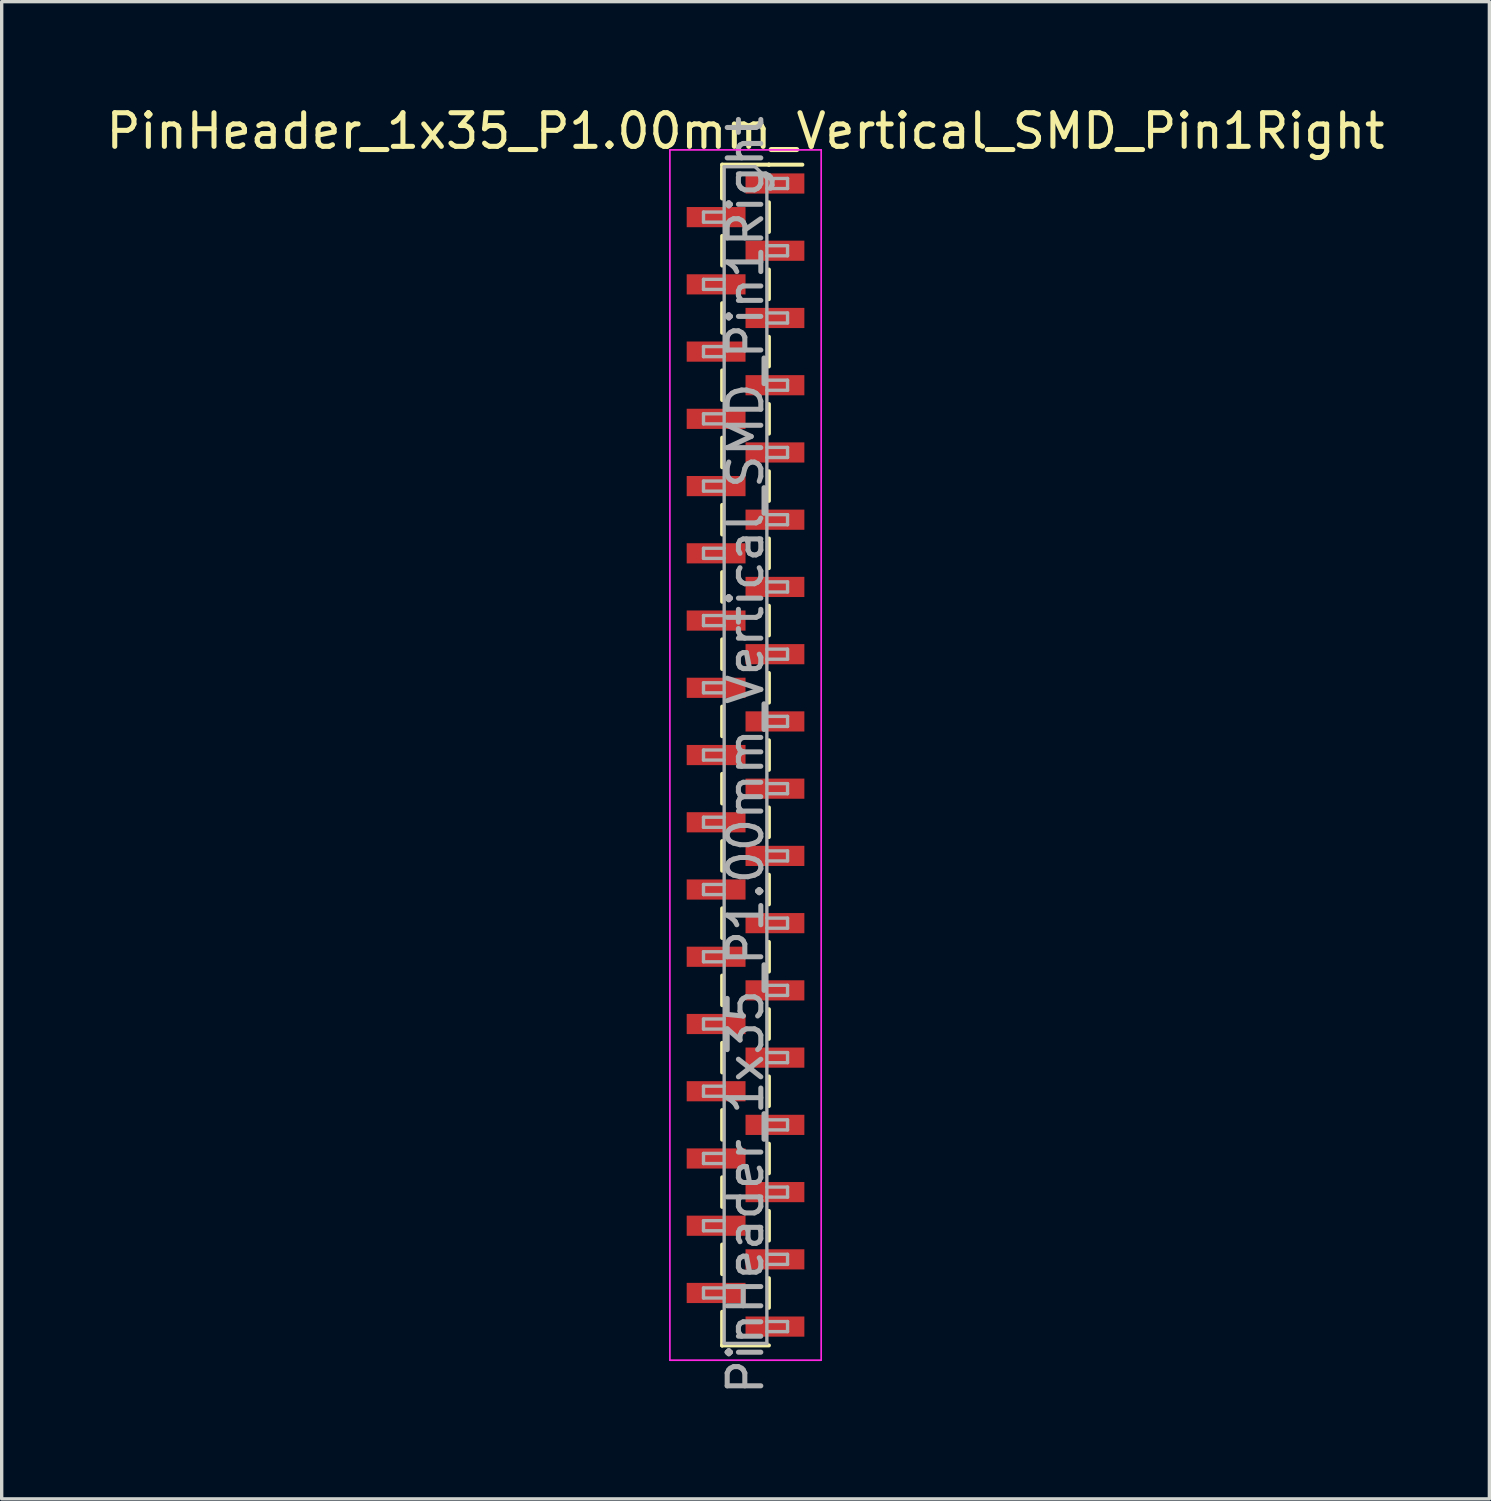
<source format=kicad_pcb>
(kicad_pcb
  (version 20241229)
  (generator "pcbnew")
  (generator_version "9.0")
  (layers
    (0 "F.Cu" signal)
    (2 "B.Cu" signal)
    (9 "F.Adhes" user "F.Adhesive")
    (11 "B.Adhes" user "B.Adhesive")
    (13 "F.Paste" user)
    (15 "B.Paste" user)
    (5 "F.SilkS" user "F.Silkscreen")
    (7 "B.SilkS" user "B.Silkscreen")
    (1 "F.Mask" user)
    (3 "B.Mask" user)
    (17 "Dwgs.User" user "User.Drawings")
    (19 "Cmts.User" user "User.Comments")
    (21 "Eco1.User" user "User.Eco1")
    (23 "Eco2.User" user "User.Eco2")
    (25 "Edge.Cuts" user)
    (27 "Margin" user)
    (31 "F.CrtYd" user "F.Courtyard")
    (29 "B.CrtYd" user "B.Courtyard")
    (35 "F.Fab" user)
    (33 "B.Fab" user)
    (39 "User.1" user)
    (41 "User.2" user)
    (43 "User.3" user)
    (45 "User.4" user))
  (footprint "PinHeader_1x35_P1.00mm_Vertical_SMD_Pin1Right"
    (layer "F.Cu")
    (at 19.125 19.408)
    (property "Reference" "PinHeader_1x35_P1.00mm_Vertical_SMD_Pin1Right" (at 0 -18.56 0) (layer "F.SilkS") (effects (font (size 1 1) (thickness 0.15))))
    (attr smd)
    (fp_line (start -0.695 -17.56) (end -0.695 -16.56) (stroke (width 0.12) (type solid)) (layer "F.SilkS"))
    (fp_line (start -0.695 -17.56) (end 0.695 -17.56) (stroke (width 0.12) (type solid)) (layer "F.SilkS"))
    (fp_line (start -0.695 -17.44) (end -0.695 -16.56) (stroke (width 0.12) (type solid)) (layer "F.SilkS"))
    (fp_line (start -0.695 -15.44) (end -0.695 -14.56) (stroke (width 0.12) (type solid)) (layer "F.SilkS"))
    (fp_line (start -0.695 -13.44) (end -0.695 -12.56) (stroke (width 0.12) (type solid)) (layer "F.SilkS"))
    (fp_line (start -0.695 -11.44) (end -0.695 -10.56) (stroke (width 0.12) (type solid)) (layer "F.SilkS"))
    (fp_line (start -0.695 -9.44) (end -0.695 -8.56) (stroke (width 0.12) (type solid)) (layer "F.SilkS"))
    (fp_line (start -0.695 -7.44) (end -0.695 -6.56) (stroke (width 0.12) (type solid)) (layer "F.SilkS"))
    (fp_line (start -0.695 -5.44) (end -0.695 -4.56) (stroke (width 0.12) (type solid)) (layer "F.SilkS"))
    (fp_line (start -0.695 -3.44) (end -0.695 -2.56) (stroke (width 0.12) (type solid)) (layer "F.SilkS"))
    (fp_line (start -0.695 -1.44) (end -0.695 -0.56) (stroke (width 0.12) (type solid)) (layer "F.SilkS"))
    (fp_line (start -0.695 0.56) (end -0.695 1.44) (stroke (width 0.12) (type solid)) (layer "F.SilkS"))
    (fp_line (start -0.695 2.56) (end -0.695 3.44) (stroke (width 0.12) (type solid)) (layer "F.SilkS"))
    (fp_line (start -0.695 4.56) (end -0.695 5.44) (stroke (width 0.12) (type solid)) (layer "F.SilkS"))
    (fp_line (start -0.695 6.56) (end -0.695 7.44) (stroke (width 0.12) (type solid)) (layer "F.SilkS"))
    (fp_line (start -0.695 8.56) (end -0.695 9.44) (stroke (width 0.12) (type solid)) (layer "F.SilkS"))
    (fp_line (start -0.695 10.56) (end -0.695 11.44) (stroke (width 0.12) (type solid)) (layer "F.SilkS"))
    (fp_line (start -0.695 12.56) (end -0.695 13.44) (stroke (width 0.12) (type solid)) (layer "F.SilkS"))
    (fp_line (start -0.695 14.56) (end -0.695 15.44) (stroke (width 0.12) (type solid)) (layer "F.SilkS"))
    (fp_line (start -0.695 16.56) (end -0.695 17.56) (stroke (width 0.12) (type solid)) (layer "F.SilkS"))
    (fp_line (start -0.695 17.56) (end -0.695 17.56) (stroke (width 0.12) (type solid)) (layer "F.SilkS"))
    (fp_line (start -0.695 17.56) (end 0.695 17.56) (stroke (width 0.12) (type solid)) (layer "F.SilkS"))
    (fp_line (start 0.695 -17.56) (end 0.695 -17.56) (stroke (width 0.12) (type solid)) (layer "F.SilkS"))
    (fp_line (start 0.695 -17.56) (end 1.69 -17.56) (stroke (width 0.12) (type solid)) (layer "F.SilkS"))
    (fp_line (start 0.695 -16.44) (end 0.695 -15.56) (stroke (width 0.12) (type solid)) (layer "F.SilkS"))
    (fp_line (start 0.695 -14.44) (end 0.695 -13.56) (stroke (width 0.12) (type solid)) (layer "F.SilkS"))
    (fp_line (start 0.695 -12.44) (end 0.695 -11.56) (stroke (width 0.12) (type solid)) (layer "F.SilkS"))
    (fp_line (start 0.695 -10.44) (end 0.695 -9.56) (stroke (width 0.12) (type solid)) (layer "F.SilkS"))
    (fp_line (start 0.695 -8.44) (end 0.695 -7.56) (stroke (width 0.12) (type solid)) (layer "F.SilkS"))
    (fp_line (start 0.695 -6.44) (end 0.695 -5.56) (stroke (width 0.12) (type solid)) (layer "F.SilkS"))
    (fp_line (start 0.695 -4.44) (end 0.695 -3.56) (stroke (width 0.12) (type solid)) (layer "F.SilkS"))
    (fp_line (start 0.695 -2.44) (end 0.695 -1.56) (stroke (width 0.12) (type solid)) (layer "F.SilkS"))
    (fp_line (start 0.695 -0.44) (end 0.695 0.44) (stroke (width 0.12) (type solid)) (layer "F.SilkS"))
    (fp_line (start 0.695 1.56) (end 0.695 2.44) (stroke (width 0.12) (type solid)) (layer "F.SilkS"))
    (fp_line (start 0.695 3.56) (end 0.695 4.44) (stroke (width 0.12) (type solid)) (layer "F.SilkS"))
    (fp_line (start 0.695 5.56) (end 0.695 6.44) (stroke (width 0.12) (type solid)) (layer "F.SilkS"))
    (fp_line (start 0.695 7.56) (end 0.695 8.44) (stroke (width 0.12) (type solid)) (layer "F.SilkS"))
    (fp_line (start 0.695 9.56) (end 0.695 10.44) (stroke (width 0.12) (type solid)) (layer "F.SilkS"))
    (fp_line (start 0.695 11.56) (end 0.695 12.44) (stroke (width 0.12) (type solid)) (layer "F.SilkS"))
    (fp_line (start 0.695 13.56) (end 0.695 14.44) (stroke (width 0.12) (type solid)) (layer "F.SilkS"))
    (fp_line (start 0.695 15.56) (end 0.695 16.44) (stroke (width 0.12) (type solid)) (layer "F.SilkS"))
    (fp_line (start -2.25 -18) (end -2.25 18) (stroke (width 0.05) (type solid)) (layer "F.CrtYd"))
    (fp_line (start -2.25 18) (end 2.25 18) (stroke (width 0.05) (type solid)) (layer "F.CrtYd"))
    (fp_line (start 2.25 -18) (end -2.25 -18) (stroke (width 0.05) (type solid)) (layer "F.CrtYd"))
    (fp_line (start 2.25 18) (end 2.25 -18) (stroke (width 0.05) (type solid)) (layer "F.CrtYd"))
    (fp_line (start -1.25 -16.15) (end -1.25 -15.85) (stroke (width 0.1) (type solid)) (layer "F.Fab"))
    (fp_line (start -1.25 -15.85) (end -0.635 -15.85) (stroke (width 0.1) (type solid)) (layer "F.Fab"))
    (fp_line (start -1.25 -14.15) (end -1.25 -13.85) (stroke (width 0.1) (type solid)) (layer "F.Fab"))
    (fp_line (start -1.25 -13.85) (end -0.635 -13.85) (stroke (width 0.1) (type solid)) (layer "F.Fab"))
    (fp_line (start -1.25 -12.15) (end -1.25 -11.85) (stroke (width 0.1) (type solid)) (layer "F.Fab"))
    (fp_line (start -1.25 -11.85) (end -0.635 -11.85) (stroke (width 0.1) (type solid)) (layer "F.Fab"))
    (fp_line (start -1.25 -10.15) (end -1.25 -9.85) (stroke (width 0.1) (type solid)) (layer "F.Fab"))
    (fp_line (start -1.25 -9.85) (end -0.635 -9.85) (stroke (width 0.1) (type solid)) (layer "F.Fab"))
    (fp_line (start -1.25 -8.15) (end -1.25 -7.85) (stroke (width 0.1) (type solid)) (layer "F.Fab"))
    (fp_line (start -1.25 -7.85) (end -0.635 -7.85) (stroke (width 0.1) (type solid)) (layer "F.Fab"))
    (fp_line (start -1.25 -6.15) (end -1.25 -5.85) (stroke (width 0.1) (type solid)) (layer "F.Fab"))
    (fp_line (start -1.25 -5.85) (end -0.635 -5.85) (stroke (width 0.1) (type solid)) (layer "F.Fab"))
    (fp_line (start -1.25 -4.15) (end -1.25 -3.85) (stroke (width 0.1) (type solid)) (layer "F.Fab"))
    (fp_line (start -1.25 -3.85) (end -0.635 -3.85) (stroke (width 0.1) (type solid)) (layer "F.Fab"))
    (fp_line (start -1.25 -2.15) (end -1.25 -1.85) (stroke (width 0.1) (type solid)) (layer "F.Fab"))
    (fp_line (start -1.25 -1.85) (end -0.635 -1.85) (stroke (width 0.1) (type solid)) (layer "F.Fab"))
    (fp_line (start -1.25 -0.15) (end -1.25 0.15) (stroke (width 0.1) (type solid)) (layer "F.Fab"))
    (fp_line (start -1.25 0.15) (end -0.635 0.15) (stroke (width 0.1) (type solid)) (layer "F.Fab"))
    (fp_line (start -1.25 1.85) (end -1.25 2.15) (stroke (width 0.1) (type solid)) (layer "F.Fab"))
    (fp_line (start -1.25 2.15) (end -0.635 2.15) (stroke (width 0.1) (type solid)) (layer "F.Fab"))
    (fp_line (start -1.25 3.85) (end -1.25 4.15) (stroke (width 0.1) (type solid)) (layer "F.Fab"))
    (fp_line (start -1.25 4.15) (end -0.635 4.15) (stroke (width 0.1) (type solid)) (layer "F.Fab"))
    (fp_line (start -1.25 5.85) (end -1.25 6.15) (stroke (width 0.1) (type solid)) (layer "F.Fab"))
    (fp_line (start -1.25 6.15) (end -0.635 6.15) (stroke (width 0.1) (type solid)) (layer "F.Fab"))
    (fp_line (start -1.25 7.85) (end -1.25 8.15) (stroke (width 0.1) (type solid)) (layer "F.Fab"))
    (fp_line (start -1.25 8.15) (end -0.635 8.15) (stroke (width 0.1) (type solid)) (layer "F.Fab"))
    (fp_line (start -1.25 9.85) (end -1.25 10.15) (stroke (width 0.1) (type solid)) (layer "F.Fab"))
    (fp_line (start -1.25 10.15) (end -0.635 10.15) (stroke (width 0.1) (type solid)) (layer "F.Fab"))
    (fp_line (start -1.25 11.85) (end -1.25 12.15) (stroke (width 0.1) (type solid)) (layer "F.Fab"))
    (fp_line (start -1.25 12.15) (end -0.635 12.15) (stroke (width 0.1) (type solid)) (layer "F.Fab"))
    (fp_line (start -1.25 13.85) (end -1.25 14.15) (stroke (width 0.1) (type solid)) (layer "F.Fab"))
    (fp_line (start -1.25 14.15) (end -0.635 14.15) (stroke (width 0.1) (type solid)) (layer "F.Fab"))
    (fp_line (start -1.25 15.85) (end -1.25 16.15) (stroke (width 0.1) (type solid)) (layer "F.Fab"))
    (fp_line (start -1.25 16.15) (end -0.635 16.15) (stroke (width 0.1) (type solid)) (layer "F.Fab"))
    (fp_line (start -0.635 -17.5) (end -0.635 17.5) (stroke (width 0.1) (type solid)) (layer "F.Fab"))
    (fp_line (start -0.635 -17.5) (end 0.285 -17.5) (stroke (width 0.1) (type solid)) (layer "F.Fab"))
    (fp_line (start -0.635 -16.15) (end -1.25 -16.15) (stroke (width 0.1) (type solid)) (layer "F.Fab"))
    (fp_line (start -0.635 -14.15) (end -1.25 -14.15) (stroke (width 0.1) (type solid)) (layer "F.Fab"))
    (fp_line (start -0.635 -12.15) (end -1.25 -12.15) (stroke (width 0.1) (type solid)) (layer "F.Fab"))
    (fp_line (start -0.635 -10.15) (end -1.25 -10.15) (stroke (width 0.1) (type solid)) (layer "F.Fab"))
    (fp_line (start -0.635 -8.15) (end -1.25 -8.15) (stroke (width 0.1) (type solid)) (layer "F.Fab"))
    (fp_line (start -0.635 -6.15) (end -1.25 -6.15) (stroke (width 0.1) (type solid)) (layer "F.Fab"))
    (fp_line (start -0.635 -4.15) (end -1.25 -4.15) (stroke (width 0.1) (type solid)) (layer "F.Fab"))
    (fp_line (start -0.635 -2.15) (end -1.25 -2.15) (stroke (width 0.1) (type solid)) (layer "F.Fab"))
    (fp_line (start -0.635 -0.15) (end -1.25 -0.15) (stroke (width 0.1) (type solid)) (layer "F.Fab"))
    (fp_line (start -0.635 1.85) (end -1.25 1.85) (stroke (width 0.1) (type solid)) (layer "F.Fab"))
    (fp_line (start -0.635 3.85) (end -1.25 3.85) (stroke (width 0.1) (type solid)) (layer "F.Fab"))
    (fp_line (start -0.635 5.85) (end -1.25 5.85) (stroke (width 0.1) (type solid)) (layer "F.Fab"))
    (fp_line (start -0.635 7.85) (end -1.25 7.85) (stroke (width 0.1) (type solid)) (layer "F.Fab"))
    (fp_line (start -0.635 9.85) (end -1.25 9.85) (stroke (width 0.1) (type solid)) (layer "F.Fab"))
    (fp_line (start -0.635 11.85) (end -1.25 11.85) (stroke (width 0.1) (type solid)) (layer "F.Fab"))
    (fp_line (start -0.635 13.85) (end -1.25 13.85) (stroke (width 0.1) (type solid)) (layer "F.Fab"))
    (fp_line (start -0.635 15.85) (end -1.25 15.85) (stroke (width 0.1) (type solid)) (layer "F.Fab"))
    (fp_line (start 0.635 -17.15) (end 0.285 -17.5) (stroke (width 0.1) (type solid)) (layer "F.Fab"))
    (fp_line (start 0.635 -17.15) (end 1.25 -17.15) (stroke (width 0.1) (type solid)) (layer "F.Fab"))
    (fp_line (start 0.635 -15.15) (end 1.25 -15.15) (stroke (width 0.1) (type solid)) (layer "F.Fab"))
    (fp_line (start 0.635 -13.15) (end 1.25 -13.15) (stroke (width 0.1) (type solid)) (layer "F.Fab"))
    (fp_line (start 0.635 -11.15) (end 1.25 -11.15) (stroke (width 0.1) (type solid)) (layer "F.Fab"))
    (fp_line (start 0.635 -9.15) (end 1.25 -9.15) (stroke (width 0.1) (type solid)) (layer "F.Fab"))
    (fp_line (start 0.635 -7.15) (end 1.25 -7.15) (stroke (width 0.1) (type solid)) (layer "F.Fab"))
    (fp_line (start 0.635 -5.15) (end 1.25 -5.15) (stroke (width 0.1) (type solid)) (layer "F.Fab"))
    (fp_line (start 0.635 -3.15) (end 1.25 -3.15) (stroke (width 0.1) (type solid)) (layer "F.Fab"))
    (fp_line (start 0.635 -1.15) (end 1.25 -1.15) (stroke (width 0.1) (type solid)) (layer "F.Fab"))
    (fp_line (start 0.635 0.85) (end 1.25 0.85) (stroke (width 0.1) (type solid)) (layer "F.Fab"))
    (fp_line (start 0.635 2.85) (end 1.25 2.85) (stroke (width 0.1) (type solid)) (layer "F.Fab"))
    (fp_line (start 0.635 4.85) (end 1.25 4.85) (stroke (width 0.1) (type solid)) (layer "F.Fab"))
    (fp_line (start 0.635 6.85) (end 1.25 6.85) (stroke (width 0.1) (type solid)) (layer "F.Fab"))
    (fp_line (start 0.635 8.85) (end 1.25 8.85) (stroke (width 0.1) (type solid)) (layer "F.Fab"))
    (fp_line (start 0.635 10.85) (end 1.25 10.85) (stroke (width 0.1) (type solid)) (layer "F.Fab"))
    (fp_line (start 0.635 12.85) (end 1.25 12.85) (stroke (width 0.1) (type solid)) (layer "F.Fab"))
    (fp_line (start 0.635 14.85) (end 1.25 14.85) (stroke (width 0.1) (type solid)) (layer "F.Fab"))
    (fp_line (start 0.635 16.85) (end 1.25 16.85) (stroke (width 0.1) (type solid)) (layer "F.Fab"))
    (fp_line (start 0.635 17.5) (end -0.635 17.5) (stroke (width 0.1) (type solid)) (layer "F.Fab"))
    (fp_line (start 0.635 17.5) (end 0.635 -17.15) (stroke (width 0.1) (type solid)) (layer "F.Fab"))
    (fp_line (start 1.25 -17.15) (end 1.25 -16.85) (stroke (width 0.1) (type solid)) (layer "F.Fab"))
    (fp_line (start 1.25 -16.85) (end 0.635 -16.85) (stroke (width 0.1) (type solid)) (layer "F.Fab"))
    (fp_line (start 1.25 -15.15) (end 1.25 -14.85) (stroke (width 0.1) (type solid)) (layer "F.Fab"))
    (fp_line (start 1.25 -14.85) (end 0.635 -14.85) (stroke (width 0.1) (type solid)) (layer "F.Fab"))
    (fp_line (start 1.25 -13.15) (end 1.25 -12.85) (stroke (width 0.1) (type solid)) (layer "F.Fab"))
    (fp_line (start 1.25 -12.85) (end 0.635 -12.85) (stroke (width 0.1) (type solid)) (layer "F.Fab"))
    (fp_line (start 1.25 -11.15) (end 1.25 -10.85) (stroke (width 0.1) (type solid)) (layer "F.Fab"))
    (fp_line (start 1.25 -10.85) (end 0.635 -10.85) (stroke (width 0.1) (type solid)) (layer "F.Fab"))
    (fp_line (start 1.25 -9.15) (end 1.25 -8.85) (stroke (width 0.1) (type solid)) (layer "F.Fab"))
    (fp_line (start 1.25 -8.85) (end 0.635 -8.85) (stroke (width 0.1) (type solid)) (layer "F.Fab"))
    (fp_line (start 1.25 -7.15) (end 1.25 -6.85) (stroke (width 0.1) (type solid)) (layer "F.Fab"))
    (fp_line (start 1.25 -6.85) (end 0.635 -6.85) (stroke (width 0.1) (type solid)) (layer "F.Fab"))
    (fp_line (start 1.25 -5.15) (end 1.25 -4.85) (stroke (width 0.1) (type solid)) (layer "F.Fab"))
    (fp_line (start 1.25 -4.85) (end 0.635 -4.85) (stroke (width 0.1) (type solid)) (layer "F.Fab"))
    (fp_line (start 1.25 -3.15) (end 1.25 -2.85) (stroke (width 0.1) (type solid)) (layer "F.Fab"))
    (fp_line (start 1.25 -2.85) (end 0.635 -2.85) (stroke (width 0.1) (type solid)) (layer "F.Fab"))
    (fp_line (start 1.25 -1.15) (end 1.25 -0.85) (stroke (width 0.1) (type solid)) (layer "F.Fab"))
    (fp_line (start 1.25 -0.85) (end 0.635 -0.85) (stroke (width 0.1) (type solid)) (layer "F.Fab"))
    (fp_line (start 1.25 0.85) (end 1.25 1.15) (stroke (width 0.1) (type solid)) (layer "F.Fab"))
    (fp_line (start 1.25 1.15) (end 0.635 1.15) (stroke (width 0.1) (type solid)) (layer "F.Fab"))
    (fp_line (start 1.25 2.85) (end 1.25 3.15) (stroke (width 0.1) (type solid)) (layer "F.Fab"))
    (fp_line (start 1.25 3.15) (end 0.635 3.15) (stroke (width 0.1) (type solid)) (layer "F.Fab"))
    (fp_line (start 1.25 4.85) (end 1.25 5.15) (stroke (width 0.1) (type solid)) (layer "F.Fab"))
    (fp_line (start 1.25 5.15) (end 0.635 5.15) (stroke (width 0.1) (type solid)) (layer "F.Fab"))
    (fp_line (start 1.25 6.85) (end 1.25 7.15) (stroke (width 0.1) (type solid)) (layer "F.Fab"))
    (fp_line (start 1.25 7.15) (end 0.635 7.15) (stroke (width 0.1) (type solid)) (layer "F.Fab"))
    (fp_line (start 1.25 8.85) (end 1.25 9.15) (stroke (width 0.1) (type solid)) (layer "F.Fab"))
    (fp_line (start 1.25 9.15) (end 0.635 9.15) (stroke (width 0.1) (type solid)) (layer "F.Fab"))
    (fp_line (start 1.25 10.85) (end 1.25 11.15) (stroke (width 0.1) (type solid)) (layer "F.Fab"))
    (fp_line (start 1.25 11.15) (end 0.635 11.15) (stroke (width 0.1) (type solid)) (layer "F.Fab"))
    (fp_line (start 1.25 12.85) (end 1.25 13.15) (stroke (width 0.1) (type solid)) (layer "F.Fab"))
    (fp_line (start 1.25 13.15) (end 0.635 13.15) (stroke (width 0.1) (type solid)) (layer "F.Fab"))
    (fp_line (start 1.25 14.85) (end 1.25 15.15) (stroke (width 0.1) (type solid)) (layer "F.Fab"))
    (fp_line (start 1.25 15.15) (end 0.635 15.15) (stroke (width 0.1) (type solid)) (layer "F.Fab"))
    (fp_line (start 1.25 16.85) (end 1.25 17.15) (stroke (width 0.1) (type solid)) (layer "F.Fab"))
    (fp_line (start 1.25 17.15) (end 0.635 17.15) (stroke (width 0.1) (type solid)) (layer "F.Fab"))
    (fp_text user "${REFERENCE}" (at 0 0 90) (layer "F.Fab") (effects (font (size 1 1) (thickness 0.15))))
    (pad "1" smd rect (at 0.875 -17) (size 1.75 0.6) (layers "F.Cu" "F.Mask" "F.Paste"))
    (pad "2" smd rect (at -0.875 -16) (size 1.75 0.6) (layers "F.Cu" "F.Mask" "F.Paste"))
    (pad "3" smd rect (at 0.875 -15) (size 1.75 0.6) (layers "F.Cu" "F.Mask" "F.Paste"))
    (pad "4" smd rect (at -0.875 -14) (size 1.75 0.6) (layers "F.Cu" "F.Mask" "F.Paste"))
    (pad "5" smd rect (at 0.875 -13) (size 1.75 0.6) (layers "F.Cu" "F.Mask" "F.Paste"))
    (pad "6" smd rect (at -0.875 -12) (size 1.75 0.6) (layers "F.Cu" "F.Mask" "F.Paste"))
    (pad "7" smd rect (at 0.875 -11) (size 1.75 0.6) (layers "F.Cu" "F.Mask" "F.Paste"))
    (pad "8" smd rect (at -0.875 -10) (size 1.75 0.6) (layers "F.Cu" "F.Mask" "F.Paste"))
    (pad "9" smd rect (at 0.875 -9) (size 1.75 0.6) (layers "F.Cu" "F.Mask" "F.Paste"))
    (pad "10" smd rect (at -0.875 -8) (size 1.75 0.6) (layers "F.Cu" "F.Mask" "F.Paste"))
    (pad "11" smd rect (at 0.875 -7) (size 1.75 0.6) (layers "F.Cu" "F.Mask" "F.Paste"))
    (pad "12" smd rect (at -0.875 -6) (size 1.75 0.6) (layers "F.Cu" "F.Mask" "F.Paste"))
    (pad "13" smd rect (at 0.875 -5) (size 1.75 0.6) (layers "F.Cu" "F.Mask" "F.Paste"))
    (pad "14" smd rect (at -0.875 -4) (size 1.75 0.6) (layers "F.Cu" "F.Mask" "F.Paste"))
    (pad "15" smd rect (at 0.875 -3) (size 1.75 0.6) (layers "F.Cu" "F.Mask" "F.Paste"))
    (pad "16" smd rect (at -0.875 -2) (size 1.75 0.6) (layers "F.Cu" "F.Mask" "F.Paste"))
    (pad "17" smd rect (at 0.875 -1) (size 1.75 0.6) (layers "F.Cu" "F.Mask" "F.Paste"))
    (pad "18" smd rect (at -0.875 0) (size 1.75 0.6) (layers "F.Cu" "F.Mask" "F.Paste"))
    (pad "19" smd rect (at 0.875 1) (size 1.75 0.6) (layers "F.Cu" "F.Mask" "F.Paste"))
    (pad "20" smd rect (at -0.875 2) (size 1.75 0.6) (layers "F.Cu" "F.Mask" "F.Paste"))
    (pad "21" smd rect (at 0.875 3) (size 1.75 0.6) (layers "F.Cu" "F.Mask" "F.Paste"))
    (pad "22" smd rect (at -0.875 4) (size 1.75 0.6) (layers "F.Cu" "F.Mask" "F.Paste"))
    (pad "23" smd rect (at 0.875 5) (size 1.75 0.6) (layers "F.Cu" "F.Mask" "F.Paste"))
    (pad "24" smd rect (at -0.875 6) (size 1.75 0.6) (layers "F.Cu" "F.Mask" "F.Paste"))
    (pad "25" smd rect (at 0.875 7) (size 1.75 0.6) (layers "F.Cu" "F.Mask" "F.Paste"))
    (pad "26" smd rect (at -0.875 8) (size 1.75 0.6) (layers "F.Cu" "F.Mask" "F.Paste"))
    (pad "27" smd rect (at 0.875 9) (size 1.75 0.6) (layers "F.Cu" "F.Mask" "F.Paste"))
    (pad "28" smd rect (at -0.875 10) (size 1.75 0.6) (layers "F.Cu" "F.Mask" "F.Paste"))
    (pad "29" smd rect (at 0.875 11) (size 1.75 0.6) (layers "F.Cu" "F.Mask" "F.Paste"))
    (pad "30" smd rect (at -0.875 12) (size 1.75 0.6) (layers "F.Cu" "F.Mask" "F.Paste"))
    (pad "31" smd rect (at 0.875 13) (size 1.75 0.6) (layers "F.Cu" "F.Mask" "F.Paste"))
    (pad "32" smd rect (at -0.875 14) (size 1.75 0.6) (layers "F.Cu" "F.Mask" "F.Paste"))
    (pad "33" smd rect (at 0.875 15) (size 1.75 0.6) (layers "F.Cu" "F.Mask" "F.Paste"))
    (pad "34" smd rect (at -0.875 16) (size 1.75 0.6) (layers "F.Cu" "F.Mask" "F.Paste"))
    (pad "35" smd rect (at 0.875 17) (size 1.75 0.6) (layers "F.Cu" "F.Mask" "F.Paste")))
  (gr_rect
    (start -3 -3)
    (end 41.25 41.533)
    (stroke (width 0.1) (type default))
    (fill no)
    (layer "Edge.Cuts")))
</source>
